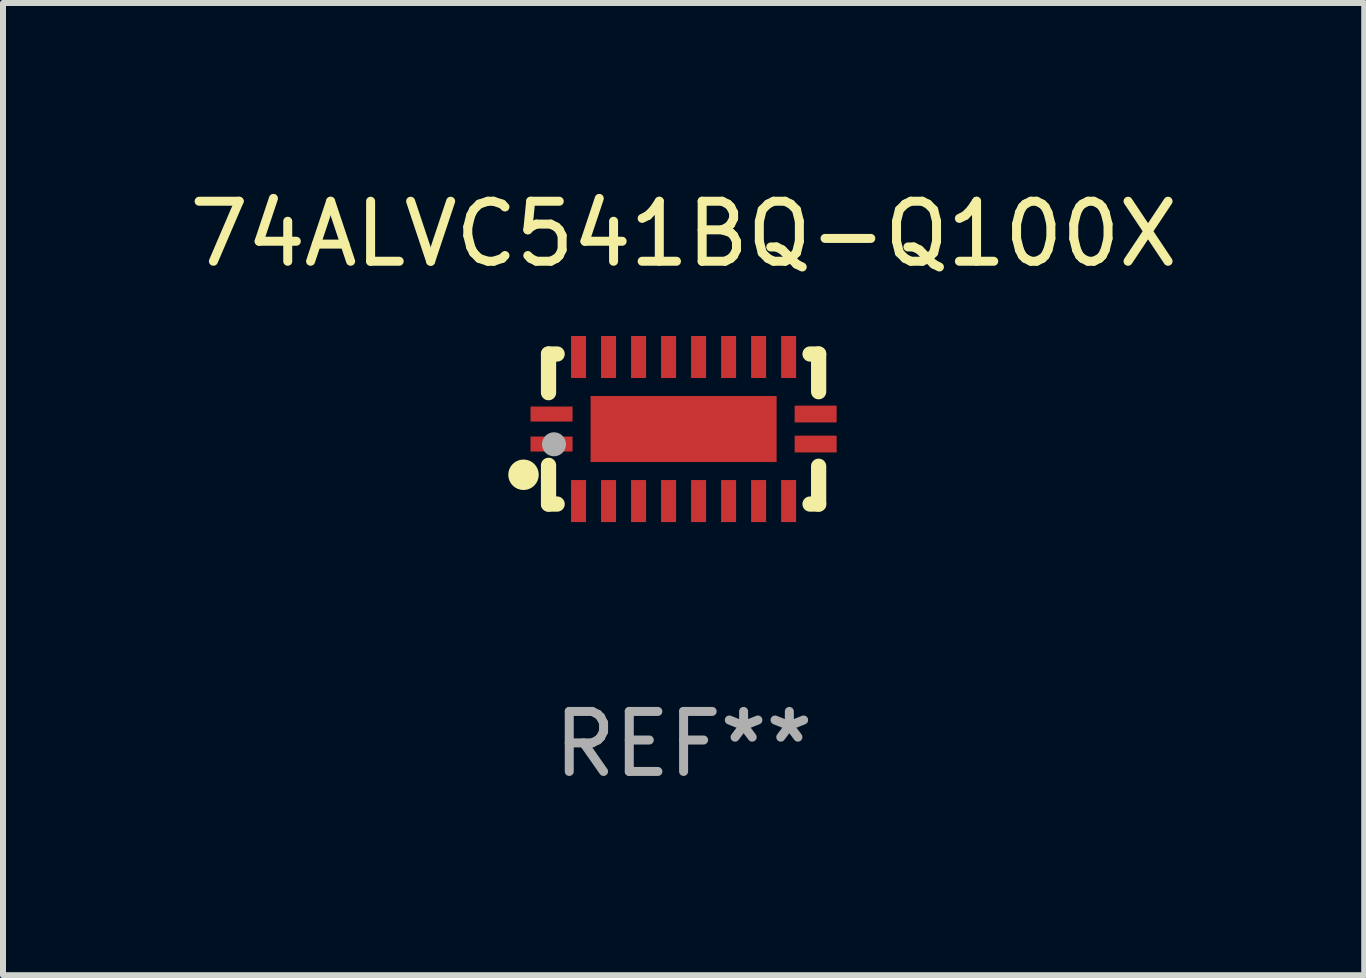
<source format=kicad_pcb>
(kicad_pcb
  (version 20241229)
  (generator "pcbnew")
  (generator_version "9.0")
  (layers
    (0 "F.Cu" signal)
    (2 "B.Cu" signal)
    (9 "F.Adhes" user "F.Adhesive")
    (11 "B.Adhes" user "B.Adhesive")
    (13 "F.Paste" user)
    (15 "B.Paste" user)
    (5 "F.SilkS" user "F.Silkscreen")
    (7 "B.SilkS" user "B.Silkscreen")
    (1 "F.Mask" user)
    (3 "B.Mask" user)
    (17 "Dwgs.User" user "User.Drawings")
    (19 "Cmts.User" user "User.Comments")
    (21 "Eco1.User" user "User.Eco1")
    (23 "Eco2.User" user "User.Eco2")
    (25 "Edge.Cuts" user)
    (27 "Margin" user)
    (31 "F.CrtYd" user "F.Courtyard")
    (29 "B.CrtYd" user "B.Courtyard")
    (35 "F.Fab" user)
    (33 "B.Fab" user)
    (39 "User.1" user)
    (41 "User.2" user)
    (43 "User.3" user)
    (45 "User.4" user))
  (footprint "74ALVC541BQ-Q100X"
    (layer "F.Cu")
    (at 8.339 4.098)
    (property "Reference" "74ALVC541BQ-Q100X" (at 0 -3.25 0) (layer "F.SilkS") (effects (font (size 1 1) (thickness 0.15))))
    (attr through_hole)
    (fp_line (start -2.25 0.605) (end -2.25 1.25) (stroke (width 0.254) (type solid)) (layer "F.SilkS"))
    (fp_line (start -2.25 1.25) (end -2.107 1.25) (stroke (width 0.254) (type solid)) (layer "F.SilkS"))
    (fp_line (start -2.25 -1.25) (end -2.25 -0.606) (stroke (width 0.254) (type solid)) (layer "F.SilkS"))
    (fp_line (start -2.25 -1.25) (end -2.107 -1.25) (stroke (width 0.254) (type solid)) (layer "F.SilkS"))
    (fp_line (start 2.107 -1.25) (end 2.25 -1.25) (stroke (width 0.254) (type solid)) (layer "F.SilkS"))
    (fp_line (start 2.107 1.25) (end 2.25 1.25) (stroke (width 0.254) (type solid)) (layer "F.SilkS"))
    (fp_line (start 2.25 -1.25) (end 2.25 -0.622) (stroke (width 0.254) (type solid)) (layer "F.SilkS"))
    (fp_line (start 2.25 0.62) (end 2.25 1.25) (stroke (width 0.254) (type solid)) (layer "F.SilkS"))
    (fp_circle (center -2.667 0.762) (end -2.54 0.762) (stroke (width 0.254) (type solid)) (fill no) (layer "F.SilkS"))
    (fp_circle (center -2.25 1.249) (end -2.22 1.249) (stroke (width 0.06) (type solid)) (fill no) (layer "F.SilkS"))
    (fp_circle (center -2.159 0.254) (end -2.059 0.254) (stroke (width 0.2) (type solid)) (fill no) (layer "F.Fab"))
    (fp_text user "REF**" (at 0 5.25 0) (layer "F.Fab") (effects (font (size 1 1) (thickness 0.15))))
    (pad "1" smd rect (at -2.2 0.25 180) (size 0.7 0.25) (layers "F.Cu" "F.Mask" "F.Paste"))
    (pad "2" smd rect (at -1.75 1.2 90) (size 0.7 0.25) (layers "F.Cu" "F.Mask" "F.Paste"))
    (pad "3" smd rect (at -1.25 1.2 90) (size 0.7 0.25) (layers "F.Cu" "F.Mask" "F.Paste"))
    (pad "4" smd rect (at -0.75 1.2 90) (size 0.7 0.25) (layers "F.Cu" "F.Mask" "F.Paste"))
    (pad "5" smd rect (at -0.25 1.2 90) (size 0.7 0.25) (layers "F.Cu" "F.Mask" "F.Paste"))
    (pad "6" smd rect (at 0.25 1.2 90) (size 0.7 0.25) (layers "F.Cu" "F.Mask" "F.Paste"))
    (pad "7" smd rect (at 0.75 1.2 90) (size 0.7 0.25) (layers "F.Cu" "F.Mask" "F.Paste"))
    (pad "8" smd rect (at 1.25 1.2 90) (size 0.7 0.25) (layers "F.Cu" "F.Mask" "F.Paste"))
    (pad "9" smd rect (at 1.75 1.2 90) (size 0.7 0.25) (layers "F.Cu" "F.Mask" "F.Paste"))
    (pad "10" smd rect (at 2.2 0.25 180) (size 0.7 0.28) (layers "F.Cu" "F.Mask" "F.Paste"))
    (pad "11" smd rect (at 2.2 -0.25 180) (size 0.7 0.28) (layers "F.Cu" "F.Mask" "F.Paste"))
    (pad "12" smd rect (at 1.75 -1.2 90) (size 0.7 0.25) (layers "F.Cu" "F.Mask" "F.Paste"))
    (pad "13" smd rect (at 1.25 -1.2 90) (size 0.7 0.25) (layers "F.Cu" "F.Mask" "F.Paste"))
    (pad "14" smd rect (at 0.75 -1.2 90) (size 0.7 0.25) (layers "F.Cu" "F.Mask" "F.Paste"))
    (pad "15" smd rect (at 0.25 -1.2 90) (size 0.7 0.25) (layers "F.Cu" "F.Mask" "F.Paste"))
    (pad "16" smd rect (at -0.25 -1.2 90) (size 0.7 0.25) (layers "F.Cu" "F.Mask" "F.Paste"))
    (pad "17" smd rect (at -0.75 -1.2 90) (size 0.7 0.25) (layers "F.Cu" "F.Mask" "F.Paste"))
    (pad "18" smd rect (at -1.25 -1.2 90) (size 0.7 0.25) (layers "F.Cu" "F.Mask" "F.Paste"))
    (pad "19" smd rect (at -1.75 -1.2 90) (size 0.7 0.25) (layers "F.Cu" "F.Mask" "F.Paste"))
    (pad "20" smd rect (at -2.2 -0.25 180) (size 0.7 0.25) (layers "F.Cu" "F.Mask" "F.Paste"))
    (pad "21" smd rect (at 0 -0.000013 180) (size 3.1 1.1) (layers "F.Cu" "F.Mask" "F.Paste")))
  (gr_rect
    (start -3 -3)
    (end 19.679 13.197)
    (stroke (width 0.1) (type default))
    (fill no)
    (layer "Edge.Cuts")))
</source>
